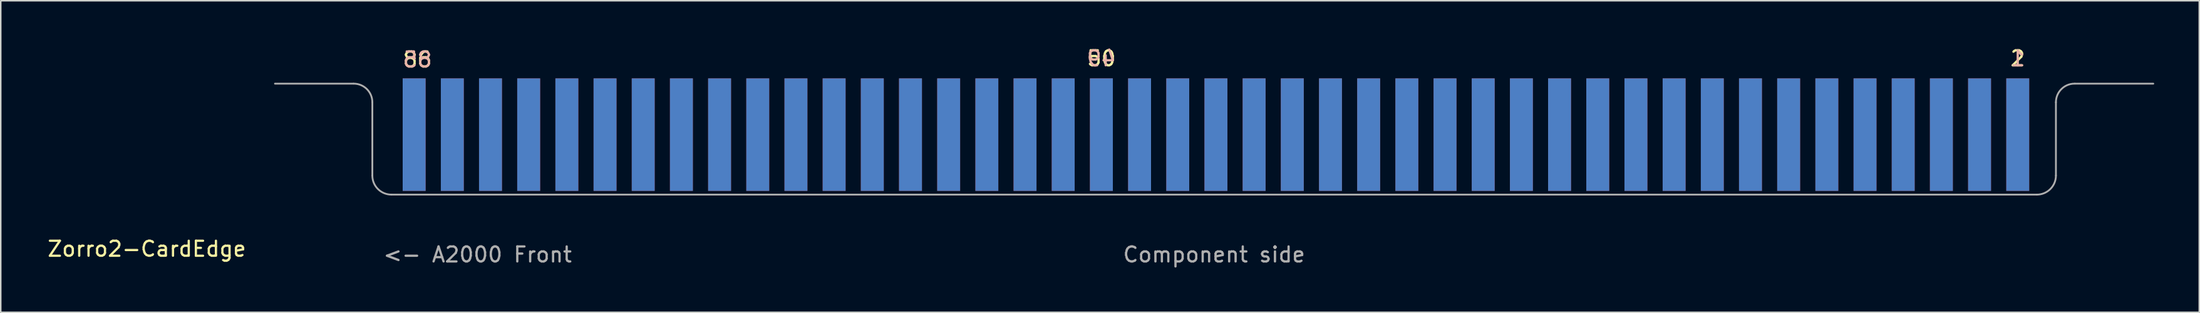
<source format=kicad_pcb>
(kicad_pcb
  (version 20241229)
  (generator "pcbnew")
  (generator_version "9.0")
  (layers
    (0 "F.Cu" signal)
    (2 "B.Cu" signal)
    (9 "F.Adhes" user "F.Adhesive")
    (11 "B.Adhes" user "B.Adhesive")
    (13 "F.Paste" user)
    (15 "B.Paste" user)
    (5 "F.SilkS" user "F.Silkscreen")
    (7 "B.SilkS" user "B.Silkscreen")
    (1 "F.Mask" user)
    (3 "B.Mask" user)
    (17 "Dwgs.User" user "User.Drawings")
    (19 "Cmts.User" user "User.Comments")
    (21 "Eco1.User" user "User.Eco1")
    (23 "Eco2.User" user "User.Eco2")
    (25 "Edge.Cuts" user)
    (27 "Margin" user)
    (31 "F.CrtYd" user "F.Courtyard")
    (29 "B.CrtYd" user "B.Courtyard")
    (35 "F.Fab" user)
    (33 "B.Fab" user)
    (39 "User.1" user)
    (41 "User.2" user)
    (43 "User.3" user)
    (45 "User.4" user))
  (footprint "Zorro2-CardEdge"
    (layer "F.Cu")
    (at 6.72 5.928)
    (property "Reference" "Zorro2-CardEdge" (at 0 7.62 180) (layer "F.SilkS") (effects (font (size 1 1) (thickness 0.15))))
    (attr through_hole)
    (fp_poly (pts (xy 128.27 5.08) (xy 14.19 5.08) (xy 14.19 -3.81) (xy 128.27 -3.81)) (stroke (width 0.1) (type solid)) (fill yes) (layer "F.Mask"))
    (fp_poly (pts (xy 128.27 5.08) (xy 14.19 5.08) (xy 14.19 -3.81) (xy 128.27 -3.81)) (stroke (width 0.1) (type solid)) (fill yes) (layer "B.Mask"))
    (fp_line (start 13.73 -3.4) (end 8.523 -3.4) (stroke (width 0.12) (type solid)) (layer "F.Fab"))
    (fp_line (start 15 2.73) (end 15 -2.159) (stroke (width 0.12) (type solid)) (layer "F.Fab"))
    (fp_line (start 16.27 4) (end 125.73 4) (stroke (width 0.12) (type solid)) (layer "F.Fab"))
    (fp_line (start 127 2.73) (end 127 -2.159) (stroke (width 0.12) (type solid)) (layer "F.Fab"))
    (fp_line (start 128.27 -3.4) (end 133.477 -3.4) (stroke (width 0.12) (type solid)) (layer "F.Fab"))
    (fp_arc (start 13.759 -3.4) (mid 14.63652 -3.03652) (end 15 -2.159) (stroke (width 0.12) (type solid)) (layer "F.Fab"))
    (fp_arc (start 16.27 4) (mid 15.371974 3.628026) (end 15 2.73) (stroke (width 0.12) (type solid)) (layer "F.Fab"))
    (fp_arc (start 127 -2.159) (mid 127.36348 -3.03652) (end 128.241 -3.4) (stroke (width 0.12) (type solid)) (layer "F.Fab"))
    (fp_arc (start 127 2.73) (mid 126.628026 3.628026) (end 125.73 4) (stroke (width 0.12) (type solid)) (layer "F.Fab"))
    (fp_text user "2" (at 124.46 -5.08 0) (layer "F.SilkS") (effects (font (size 1 1) (thickness 0.15))))
    (fp_text user "50" (at 63.5 -5.08 0) (layer "F.SilkS") (effects (font (size 1 1) (thickness 0.15))))
    (fp_text user "86" (at 18 -5 180) (layer "F.SilkS") (effects (font (size 1 1) (thickness 0.15))))
    (fp_text user "85" (at 18 -5 0) (layer "B.SilkS") (effects (font (size 1 1) (thickness 0.15)) (justify mirror)))
    (fp_text user "1" (at 124.46 -5.08 0) (layer "B.SilkS") (effects (font (size 1 1) (thickness 0.15)) (justify mirror)))
    (fp_text user "49" (at 63.5 -5.08 0) (layer "B.SilkS") (effects (font (size 1 1) (thickness 0.15)) (justify mirror)))
    (fp_text user "<- A2000 Front" (at 22 8 0) (layer "F.Fab") (effects (font (size 1 1) (thickness 0.15))))
    (fp_text user "Component side" (at 71 8 0) (layer "F.Fab") (effects (font (size 1 1) (thickness 0.15))))
    (pad "1" connect rect (at 124.46 0 180) (size 1.524 7.5) (layers "B.Cu" "B.Mask"))
    (pad "2" connect rect (at 124.46 0 180) (size 1.524 7.5) (layers "F.Cu" "F.Mask"))
    (pad "3" connect rect (at 121.92 0 180) (size 1.524 7.5) (layers "B.Cu" "B.Mask"))
    (pad "4" connect rect (at 121.92 0 180) (size 1.524 7.5) (layers "F.Cu" "F.Mask"))
    (pad "5" connect rect (at 119.38 0 180) (size 1.524 7.5) (layers "B.Cu" "B.Mask"))
    (pad "6" connect rect (at 119.38 0 180) (size 1.524 7.5) (layers "F.Cu" "F.Mask"))
    (pad "7" connect rect (at 116.84 0 180) (size 1.524 7.5) (layers "B.Cu" "B.Mask"))
    (pad "8" connect rect (at 116.84 0 180) (size 1.524 7.5) (layers "F.Cu" "F.Mask"))
    (pad "9" connect rect (at 114.3 0 180) (size 1.524 7.5) (layers "B.Cu" "B.Mask"))
    (pad "10" connect rect (at 114.3 0 180) (size 1.524 7.5) (layers "F.Cu" "F.Mask"))
    (pad "11" connect rect (at 111.76 0 180) (size 1.524 7.5) (layers "B.Cu" "B.Mask"))
    (pad "12" connect rect (at 111.76 0 180) (size 1.524 7.5) (layers "F.Cu" "F.Mask"))
    (pad "13" connect rect (at 109.22 0 180) (size 1.524 7.5) (layers "B.Cu" "B.Mask"))
    (pad "14" connect rect (at 109.22 0 180) (size 1.524 7.5) (layers "F.Cu" "F.Mask"))
    (pad "15" connect rect (at 106.68 0 180) (size 1.524 7.5) (layers "B.Cu" "B.Mask"))
    (pad "16" connect rect (at 106.68 0 180) (size 1.524 7.5) (layers "F.Cu" "F.Mask"))
    (pad "17" connect rect (at 104.14 0 180) (size 1.524 7.5) (layers "B.Cu" "B.Mask"))
    (pad "18" connect rect (at 104.14 0 180) (size 1.524 7.5) (layers "F.Cu" "F.Mask"))
    (pad "19" connect rect (at 101.6 0 180) (size 1.524 7.5) (layers "B.Cu" "B.Mask"))
    (pad "20" connect rect (at 101.6 0 180) (size 1.524 7.5) (layers "F.Cu" "F.Mask"))
    (pad "21" connect rect (at 99.06 0 180) (size 1.524 7.5) (layers "B.Cu" "B.Mask"))
    (pad "22" connect rect (at 99.06 0 180) (size 1.524 7.5) (layers "F.Cu" "F.Mask"))
    (pad "23" connect rect (at 96.52 0 180) (size 1.524 7.5) (layers "B.Cu" "B.Mask"))
    (pad "24" connect rect (at 96.52 0 180) (size 1.524 7.5) (layers "F.Cu" "F.Mask"))
    (pad "25" connect rect (at 93.98 0 180) (size 1.524 7.5) (layers "B.Cu" "B.Mask"))
    (pad "26" connect rect (at 93.98 0 180) (size 1.524 7.5) (layers "F.Cu" "F.Mask"))
    (pad "27" connect rect (at 91.44 0 180) (size 1.524 7.5) (layers "B.Cu" "B.Mask"))
    (pad "28" connect rect (at 91.44 0 180) (size 1.524 7.5) (layers "F.Cu" "F.Mask"))
    (pad "29" connect rect (at 88.9 0 180) (size 1.524 7.5) (layers "B.Cu" "B.Mask"))
    (pad "30" connect rect (at 88.9 0 180) (size 1.524 7.5) (layers "F.Cu" "F.Mask"))
    (pad "31" connect rect (at 86.36 0 180) (size 1.524 7.5) (layers "B.Cu" "B.Mask"))
    (pad "32" connect rect (at 86.36 0 180) (size 1.524 7.5) (layers "F.Cu" "F.Mask"))
    (pad "33" connect rect (at 83.82 0 180) (size 1.524 7.5) (layers "B.Cu" "B.Mask"))
    (pad "34" connect rect (at 83.82 0 180) (size 1.524 7.5) (layers "F.Cu" "F.Mask"))
    (pad "35" connect rect (at 81.28 0 180) (size 1.524 7.5) (layers "B.Cu" "B.Mask"))
    (pad "36" connect rect (at 81.28 0 180) (size 1.524 7.5) (layers "F.Cu" "F.Mask"))
    (pad "37" connect rect (at 78.74 0 180) (size 1.524 7.5) (layers "B.Cu" "B.Mask"))
    (pad "38" connect rect (at 78.74 0 180) (size 1.524 7.5) (layers "F.Cu" "F.Mask"))
    (pad "39" connect rect (at 76.2 0 180) (size 1.524 7.5) (layers "B.Cu" "B.Mask"))
    (pad "40" connect rect (at 76.2 0 180) (size 1.524 7.5) (layers "F.Cu" "F.Mask"))
    (pad "41" connect rect (at 73.66 0 180) (size 1.524 7.5) (layers "B.Cu" "B.Mask"))
    (pad "42" connect rect (at 73.66 0 180) (size 1.524 7.5) (layers "F.Cu" "F.Mask"))
    (pad "43" connect rect (at 71.12 0 180) (size 1.524 7.5) (layers "B.Cu" "B.Mask"))
    (pad "44" connect rect (at 71.12 0 180) (size 1.524 7.5) (layers "F.Cu" "F.Mask"))
    (pad "45" connect rect (at 68.58 0 180) (size 1.524 7.5) (layers "B.Cu" "B.Mask"))
    (pad "46" connect rect (at 68.58 0 180) (size 1.524 7.5) (layers "F.Cu" "F.Mask"))
    (pad "47" connect rect (at 66.04 0 180) (size 1.524 7.5) (layers "B.Cu" "B.Mask"))
    (pad "48" connect rect (at 66.04 0 180) (size 1.524 7.5) (layers "F.Cu" "F.Mask"))
    (pad "49" connect rect (at 63.5 0 180) (size 1.524 7.5) (layers "B.Cu" "B.Mask"))
    (pad "50" connect rect (at 63.5 0 180) (size 1.524 7.5) (layers "F.Cu" "F.Mask"))
    (pad "51" connect rect (at 60.96 0 180) (size 1.524 7.5) (layers "B.Cu" "B.Mask"))
    (pad "52" connect rect (at 60.96 0 180) (size 1.524 7.5) (layers "F.Cu" "F.Mask"))
    (pad "53" connect rect (at 58.42 0 180) (size 1.524 7.5) (layers "B.Cu" "B.Mask"))
    (pad "54" connect rect (at 58.42 0 180) (size 1.524 7.5) (layers "F.Cu" "F.Mask"))
    (pad "55" connect rect (at 55.88 0 180) (size 1.524 7.5) (layers "B.Cu" "B.Mask"))
    (pad "56" connect rect (at 55.88 0 180) (size 1.524 7.5) (layers "F.Cu" "F.Mask"))
    (pad "57" connect rect (at 53.34 0 180) (size 1.524 7.5) (layers "B.Cu" "B.Mask"))
    (pad "58" connect rect (at 53.34 0 180) (size 1.524 7.5) (layers "F.Cu" "F.Mask"))
    (pad "59" connect rect (at 50.8 0 180) (size 1.524 7.5) (layers "B.Cu" "B.Mask"))
    (pad "60" connect rect (at 50.8 0 180) (size 1.524 7.5) (layers "F.Cu" "F.Mask"))
    (pad "61" connect rect (at 48.26 0 180) (size 1.524 7.5) (layers "B.Cu" "B.Mask"))
    (pad "62" connect rect (at 48.26 0 180) (size 1.524 7.5) (layers "F.Cu" "F.Mask"))
    (pad "63" connect rect (at 45.72 0 180) (size 1.524 7.5) (layers "B.Cu" "B.Mask"))
    (pad "64" connect rect (at 45.72 0 180) (size 1.524 7.5) (layers "F.Cu" "F.Mask"))
    (pad "65" connect rect (at 43.18 0 180) (size 1.524 7.5) (layers "B.Cu" "B.Mask"))
    (pad "66" connect rect (at 43.18 0 180) (size 1.524 7.5) (layers "F.Cu" "F.Mask"))
    (pad "67" connect rect (at 40.64 0 180) (size 1.524 7.5) (layers "B.Cu" "B.Mask"))
    (pad "68" connect rect (at 40.64 0 180) (size 1.524 7.5) (layers "F.Cu" "F.Mask"))
    (pad "69" connect rect (at 38.1 0 180) (size 1.524 7.5) (layers "B.Cu" "B.Mask"))
    (pad "70" connect rect (at 38.1 0 180) (size 1.524 7.5) (layers "F.Cu" "F.Mask"))
    (pad "71" connect rect (at 35.56 0 180) (size 1.524 7.5) (layers "B.Cu" "B.Mask"))
    (pad "72" connect rect (at 35.56 0 180) (size 1.524 7.5) (layers "F.Cu" "F.Mask"))
    (pad "73" connect rect (at 33.02 0 180) (size 1.524 7.5) (layers "B.Cu" "B.Mask"))
    (pad "74" connect rect (at 33.02 0 180) (size 1.524 7.5) (layers "F.Cu" "F.Mask"))
    (pad "75" connect rect (at 30.48 0 180) (size 1.524 7.5) (layers "B.Cu" "B.Mask"))
    (pad "76" connect rect (at 30.48 0 180) (size 1.524 7.5) (layers "F.Cu" "F.Mask"))
    (pad "77" connect rect (at 27.94 0 180) (size 1.524 7.5) (layers "B.Cu" "B.Mask"))
    (pad "78" connect rect (at 27.94 0 180) (size 1.524 7.5) (layers "F.Cu" "F.Mask"))
    (pad "79" connect rect (at 25.4 0 180) (size 1.524 7.5) (layers "B.Cu" "B.Mask"))
    (pad "80" connect rect (at 25.4 0 180) (size 1.524 7.5) (layers "F.Cu" "F.Mask"))
    (pad "81" connect rect (at 22.86 0 180) (size 1.524 7.5) (layers "B.Cu" "B.Mask"))
    (pad "82" connect rect (at 22.86 0 180) (size 1.524 7.5) (layers "F.Cu" "F.Mask"))
    (pad "83" connect rect (at 20.32 0 180) (size 1.524 7.5) (layers "B.Cu" "B.Mask"))
    (pad "84" connect rect (at 20.32 0 180) (size 1.524 7.5) (layers "F.Cu" "F.Mask"))
    (pad "85" connect rect (at 17.78 0 180) (size 1.524 7.5) (layers "B.Cu" "B.Mask"))
    (pad "86" connect rect (at 17.78 0 180) (size 1.524 7.5) (layers "F.Cu" "F.Mask")))
  (gr_rect
    (start -3 -3)
    (end 143.257 17.776)
    (stroke (width 0.1) (type default))
    (fill no)
    (layer "Edge.Cuts")))
</source>
